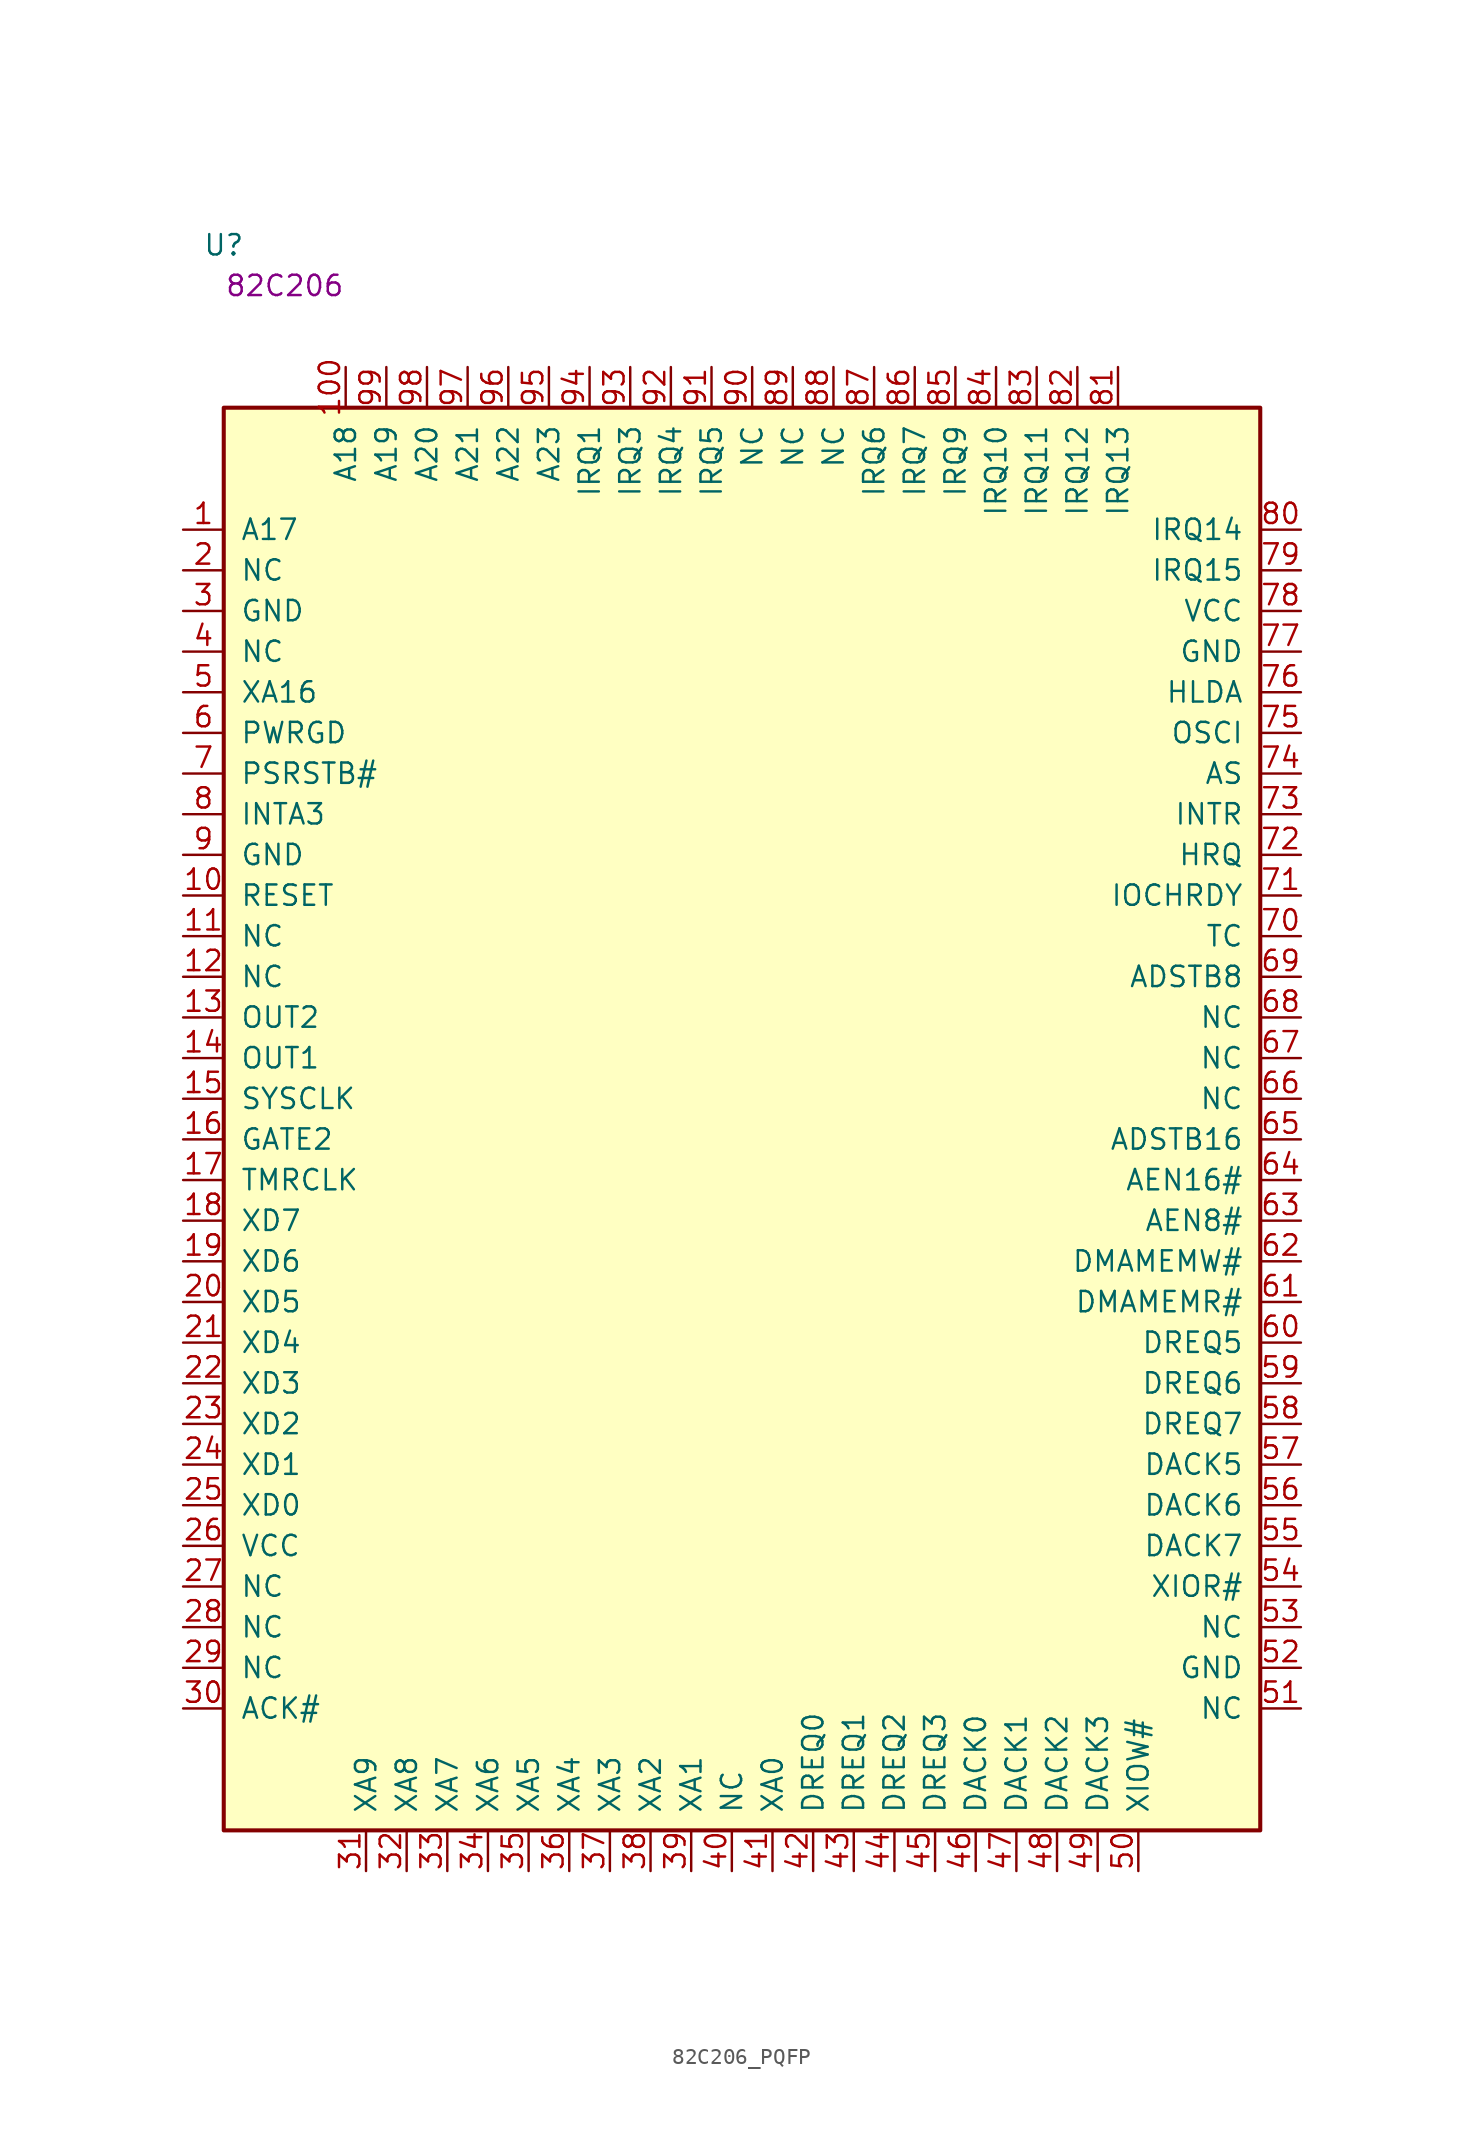
<source format=kicad_sym>
(kicad_symbol_lib
  (version 20211014)
  (generator kicad_symbol_editor)
  (symbol "82C206_PQFP"
    (pin_names
      (offset 1.016))
    (property "Reference" "U"
      (at -33.02 53.34 0)
      (effects (font (size 1.27 1.27))))
    (property "Comment" "82C206"
      (at -29.21 50.8 0)
      (effects (font (size 1.27 1.27))))
    (symbol "82C206_PQFP_0_1"
      (rectangle (start -33.02 43.18) (end 31.75 -45.72) (stroke (width 0.254) (type default) (color 0 0 0 0)) (fill (type background))))
    (symbol "82C206_PQFP_1_1"
      (pin passive line (at -35.56 35.56 0) (length 2.54) (name "A17" (effects (font (size 1.27 1.27)))) (number "1" (effects (font (size 1.27 1.27)))))
      (pin passive line (at -35.56 12.7 0) (length 2.54) (name "RESET" (effects (font (size 1.27 1.27)))) (number "10" (effects (font (size 1.27 1.27)))))
      (pin output line (at -25.4 45.72 270) (length 2.54) (name "A18" (effects (font (size 1.27 1.27)))) (number "100" (effects (font (size 1.27 1.27)))))
      (pin passive line (at -35.56 10.16 0) (length 2.54) (name "NC" (effects (font (size 1.27 1.27)))) (number "11" (effects (font (size 1.27 1.27)))))
      (pin passive line (at -35.56 7.62 0) (length 2.54) (name "NC" (effects (font (size 1.27 1.27)))) (number "12" (effects (font (size 1.27 1.27)))))
      (pin passive line (at -35.56 5.08 0) (length 2.54) (name "OUT2" (effects (font (size 1.27 1.27)))) (number "13" (effects (font (size 1.27 1.27)))))
      (pin passive line (at -35.56 2.54 0) (length 2.54) (name "OUT1" (effects (font (size 1.27 1.27)))) (number "14" (effects (font (size 1.27 1.27)))))
      (pin input line (at -35.56 0 0) (length 2.54) (name "SYSCLK" (effects (font (size 1.27 1.27)))) (number "15" (effects (font (size 1.27 1.27)))))
      (pin input line (at -35.56 -2.54 0) (length 2.54) (name "GATE2" (effects (font (size 1.27 1.27)))) (number "16" (effects (font (size 1.27 1.27)))))
      (pin input line (at -35.56 -5.08 0) (length 2.54) (name "TMRCLK" (effects (font (size 1.27 1.27)))) (number "17" (effects (font (size 1.27 1.27)))))
      (pin bidirectional line (at -35.56 -7.62 0) (length 2.54) (name "XD7" (effects (font (size 1.27 1.27)))) (number "18" (effects (font (size 1.27 1.27)))))
      (pin bidirectional line (at -35.56 -10.16 0) (length 2.54) (name "XD6" (effects (font (size 1.27 1.27)))) (number "19" (effects (font (size 1.27 1.27)))))
      (pin passive line (at -35.56 33.02 0) (length 2.54) (name "NC" (effects (font (size 1.27 1.27)))) (number "2" (effects (font (size 1.27 1.27)))))
      (pin bidirectional line (at -35.56 -12.7 0) (length 2.54) (name "XD5" (effects (font (size 1.27 1.27)))) (number "20" (effects (font (size 1.27 1.27)))))
      (pin bidirectional line (at -35.56 -15.24 0) (length 2.54) (name "XD4" (effects (font (size 1.27 1.27)))) (number "21" (effects (font (size 1.27 1.27)))))
      (pin bidirectional line (at -35.56 -17.78 0) (length 2.54) (name "XD3" (effects (font (size 1.27 1.27)))) (number "22" (effects (font (size 1.27 1.27)))))
      (pin bidirectional line (at -35.56 -20.32 0) (length 2.54) (name "XD2" (effects (font (size 1.27 1.27)))) (number "23" (effects (font (size 1.27 1.27)))))
      (pin bidirectional line (at -35.56 -22.86 0) (length 2.54) (name "XD1" (effects (font (size 1.27 1.27)))) (number "24" (effects (font (size 1.27 1.27)))))
      (pin bidirectional line (at -35.56 -25.4 0) (length 2.54) (name "XD0" (effects (font (size 1.27 1.27)))) (number "25" (effects (font (size 1.27 1.27)))))
      (pin power_in line (at -35.56 -27.94 0) (length 2.54) (name "VCC" (effects (font (size 1.27 1.27)))) (number "26" (effects (font (size 1.27 1.27)))))
      (pin passive line (at -35.56 -30.48 0) (length 2.54) (name "NC" (effects (font (size 1.27 1.27)))) (number "27" (effects (font (size 1.27 1.27)))))
      (pin input line (at -35.56 -33.02 0) (length 2.54) (name "NC" (effects (font (size 1.27 1.27)))) (number "28" (effects (font (size 1.27 1.27)))))
      (pin passive line (at -35.56 -35.56 0) (length 2.54) (name "NC" (effects (font (size 1.27 1.27)))) (number "29" (effects (font (size 1.27 1.27)))))
      (pin power_in line (at -35.56 30.48 0) (length 2.54) (name "GND" (effects (font (size 1.27 1.27)))) (number "3" (effects (font (size 1.27 1.27)))))
      (pin passive line (at -35.56 -38.1 0) (length 2.54) (name "ACK#" (effects (font (size 1.27 1.27)))) (number "30" (effects (font (size 1.27 1.27)))))
      (pin bidirectional line (at -24.13 -48.26 90) (length 2.54) (name "XA9" (effects (font (size 1.27 1.27)))) (number "31" (effects (font (size 1.27 1.27)))))
      (pin bidirectional line (at -21.59 -48.26 90) (length 2.54) (name "XA8" (effects (font (size 1.27 1.27)))) (number "32" (effects (font (size 1.27 1.27)))))
      (pin bidirectional line (at -19.05 -48.26 90) (length 2.54) (name "XA7" (effects (font (size 1.27 1.27)))) (number "33" (effects (font (size 1.27 1.27)))))
      (pin bidirectional line (at -16.51 -48.26 90) (length 2.54) (name "XA6" (effects (font (size 1.27 1.27)))) (number "34" (effects (font (size 1.27 1.27)))))
      (pin bidirectional line (at -13.97 -48.26 90) (length 2.54) (name "XA5" (effects (font (size 1.27 1.27)))) (number "35" (effects (font (size 1.27 1.27)))))
      (pin bidirectional line (at -11.43 -48.26 90) (length 2.54) (name "XA4" (effects (font (size 1.27 1.27)))) (number "36" (effects (font (size 1.27 1.27)))))
      (pin passive line (at -8.89 -48.26 90) (length 2.54) (name "XA3" (effects (font (size 1.27 1.27)))) (number "37" (effects (font (size 1.27 1.27)))))
      (pin bidirectional line (at -6.35 -48.26 90) (length 2.54) (name "XA2" (effects (font (size 1.27 1.27)))) (number "38" (effects (font (size 1.27 1.27)))))
      (pin bidirectional line (at -3.81 -48.26 90) (length 2.54) (name "XA1" (effects (font (size 1.27 1.27)))) (number "39" (effects (font (size 1.27 1.27)))))
      (pin passive line (at -35.56 27.94 0) (length 2.54) (name "NC" (effects (font (size 1.27 1.27)))) (number "4" (effects (font (size 1.27 1.27)))))
      (pin passive line (at -1.27 -48.26 90) (length 2.54) (name "NC" (effects (font (size 1.27 1.27)))) (number "40" (effects (font (size 1.27 1.27)))))
      (pin bidirectional line (at 1.27 -48.26 90) (length 2.54) (name "XA0" (effects (font (size 1.27 1.27)))) (number "41" (effects (font (size 1.27 1.27)))))
      (pin input line (at 3.81 -48.26 90) (length 2.54) (name "DREQ0" (effects (font (size 1.27 1.27)))) (number "42" (effects (font (size 1.27 1.27)))))
      (pin input line (at 6.35 -48.26 90) (length 2.54) (name "DREQ1" (effects (font (size 1.27 1.27)))) (number "43" (effects (font (size 1.27 1.27)))))
      (pin input line (at 8.89 -48.26 90) (length 2.54) (name "DREQ2" (effects (font (size 1.27 1.27)))) (number "44" (effects (font (size 1.27 1.27)))))
      (pin input line (at 11.43 -48.26 90) (length 2.54) (name "DREQ3" (effects (font (size 1.27 1.27)))) (number "45" (effects (font (size 1.27 1.27)))))
      (pin output line (at 13.97 -48.26 90) (length 2.54) (name "DACK0" (effects (font (size 1.27 1.27)))) (number "46" (effects (font (size 1.27 1.27)))))
      (pin output line (at 16.51 -48.26 90) (length 2.54) (name "DACK1" (effects (font (size 1.27 1.27)))) (number "47" (effects (font (size 1.27 1.27)))))
      (pin output line (at 19.05 -48.26 90) (length 2.54) (name "DACK2" (effects (font (size 1.27 1.27)))) (number "48" (effects (font (size 1.27 1.27)))))
      (pin output line (at 21.59 -48.26 90) (length 2.54) (name "DACK3" (effects (font (size 1.27 1.27)))) (number "49" (effects (font (size 1.27 1.27)))))
      (pin passive line (at -35.56 25.4 0) (length 2.54) (name "XA16" (effects (font (size 1.27 1.27)))) (number "5" (effects (font (size 1.27 1.27)))))
      (pin bidirectional line (at 24.13 -48.26 90) (length 2.54) (name "XIOW#" (effects (font (size 1.27 1.27)))) (number "50" (effects (font (size 1.27 1.27)))))
      (pin passive line (at 34.29 -38.1 180) (length 2.54) (name "NC" (effects (font (size 1.27 1.27)))) (number "51" (effects (font (size 1.27 1.27)))))
      (pin power_in line (at 34.29 -35.56 180) (length 2.54) (name "GND" (effects (font (size 1.27 1.27)))) (number "52" (effects (font (size 1.27 1.27)))))
      (pin passive line (at 34.29 -33.02 180) (length 2.54) (name "NC" (effects (font (size 1.27 1.27)))) (number "53" (effects (font (size 1.27 1.27)))))
      (pin bidirectional line (at 34.29 -30.48 180) (length 2.54) (name "XIOR#" (effects (font (size 1.27 1.27)))) (number "54" (effects (font (size 1.27 1.27)))))
      (pin output line (at 34.29 -27.94 180) (length 2.54) (name "DACK7" (effects (font (size 1.27 1.27)))) (number "55" (effects (font (size 1.27 1.27)))))
      (pin output line (at 34.29 -25.4 180) (length 2.54) (name "DACK6" (effects (font (size 1.27 1.27)))) (number "56" (effects (font (size 1.27 1.27)))))
      (pin output line (at 34.29 -22.86 180) (length 2.54) (name "DACK5" (effects (font (size 1.27 1.27)))) (number "57" (effects (font (size 1.27 1.27)))))
      (pin input line (at 34.29 -20.32 180) (length 2.54) (name "DREQ7" (effects (font (size 1.27 1.27)))) (number "58" (effects (font (size 1.27 1.27)))))
      (pin input line (at 34.29 -17.78 180) (length 2.54) (name "DREQ6" (effects (font (size 1.27 1.27)))) (number "59" (effects (font (size 1.27 1.27)))))
      (pin input line (at -35.56 22.86 0) (length 2.54) (name "PWRGD" (effects (font (size 1.27 1.27)))) (number "6" (effects (font (size 1.27 1.27)))))
      (pin input line (at 34.29 -15.24 180) (length 2.54) (name "DREQ5" (effects (font (size 1.27 1.27)))) (number "60" (effects (font (size 1.27 1.27)))))
      (pin output line (at 34.29 -12.7 180) (length 2.54) (name "DMAMEMR#" (effects (font (size 1.27 1.27)))) (number "61" (effects (font (size 1.27 1.27)))))
      (pin output line (at 34.29 -10.16 180) (length 2.54) (name "DMAMEMW#" (effects (font (size 1.27 1.27)))) (number "62" (effects (font (size 1.27 1.27)))))
      (pin output line (at 34.29 -7.62 180) (length 2.54) (name "AEN8#" (effects (font (size 1.27 1.27)))) (number "63" (effects (font (size 1.27 1.27)))))
      (pin output line (at 34.29 -5.08 180) (length 2.54) (name "AEN16#" (effects (font (size 1.27 1.27)))) (number "64" (effects (font (size 1.27 1.27)))))
      (pin output line (at 34.29 -2.54 180) (length 2.54) (name "ADSTB16" (effects (font (size 1.27 1.27)))) (number "65" (effects (font (size 1.27 1.27)))))
      (pin passive line (at 34.29 0 180) (length 2.54) (name "NC" (effects (font (size 1.27 1.27)))) (number "66" (effects (font (size 1.27 1.27)))))
      (pin passive line (at 34.29 2.54 180) (length 2.54) (name "NC" (effects (font (size 1.27 1.27)))) (number "67" (effects (font (size 1.27 1.27)))))
      (pin passive line (at 34.29 5.08 180) (length 2.54) (name "NC" (effects (font (size 1.27 1.27)))) (number "68" (effects (font (size 1.27 1.27)))))
      (pin output line (at 34.29 7.62 180) (length 2.54) (name "ADSTB8" (effects (font (size 1.27 1.27)))) (number "69" (effects (font (size 1.27 1.27)))))
      (pin passive line (at -35.56 20.32 0) (length 2.54) (name "PSRSTB#" (effects (font (size 1.27 1.27)))) (number "7" (effects (font (size 1.27 1.27)))))
      (pin output line (at 34.29 10.16 180) (length 2.54) (name "TC" (effects (font (size 1.27 1.27)))) (number "70" (effects (font (size 1.27 1.27)))))
      (pin bidirectional line (at 34.29 12.7 180) (length 2.54) (name "IOCHRDY" (effects (font (size 1.27 1.27)))) (number "71" (effects (font (size 1.27 1.27)))))
      (pin output line (at 34.29 15.24 180) (length 2.54) (name "HRQ" (effects (font (size 1.27 1.27)))) (number "72" (effects (font (size 1.27 1.27)))))
      (pin output line (at 34.29 17.78 180) (length 2.54) (name "INTR" (effects (font (size 1.27 1.27)))) (number "73" (effects (font (size 1.27 1.27)))))
      (pin input line (at 34.29 20.32 180) (length 2.54) (name "AS" (effects (font (size 1.27 1.27)))) (number "74" (effects (font (size 1.27 1.27)))))
      (pin input line (at 34.29 22.86 180) (length 2.54) (name "OSCI" (effects (font (size 1.27 1.27)))) (number "75" (effects (font (size 1.27 1.27)))))
      (pin input line (at 34.29 25.4 180) (length 2.54) (name "HLDA" (effects (font (size 1.27 1.27)))) (number "76" (effects (font (size 1.27 1.27)))))
      (pin power_in line (at 34.29 27.94 180) (length 2.54) (name "GND" (effects (font (size 1.27 1.27)))) (number "77" (effects (font (size 1.27 1.27)))))
      (pin power_in line (at 34.29 30.48 180) (length 2.54) (name "VCC" (effects (font (size 1.27 1.27)))) (number "78" (effects (font (size 1.27 1.27)))))
      (pin input line (at 34.29 33.02 180) (length 2.54) (name "IRQ15" (effects (font (size 1.27 1.27)))) (number "79" (effects (font (size 1.27 1.27)))))
      (pin passive line (at -35.56 17.78 0) (length 2.54) (name "INTA3" (effects (font (size 1.27 1.27)))) (number "8" (effects (font (size 1.27 1.27)))))
      (pin input line (at 34.29 35.56 180) (length 2.54) (name "IRQ14" (effects (font (size 1.27 1.27)))) (number "80" (effects (font (size 1.27 1.27)))))
      (pin input line (at 22.86 45.72 270) (length 2.54) (name "IRQ13" (effects (font (size 1.27 1.27)))) (number "81" (effects (font (size 1.27 1.27)))))
      (pin input line (at 20.32 45.72 270) (length 2.54) (name "IRQ12" (effects (font (size 1.27 1.27)))) (number "82" (effects (font (size 1.27 1.27)))))
      (pin input line (at 17.78 45.72 270) (length 2.54) (name "IRQ11" (effects (font (size 1.27 1.27)))) (number "83" (effects (font (size 1.27 1.27)))))
      (pin input line (at 15.24 45.72 270) (length 2.54) (name "IRQ10" (effects (font (size 1.27 1.27)))) (number "84" (effects (font (size 1.27 1.27)))))
      (pin input line (at 12.7 45.72 270) (length 2.54) (name "IRQ9" (effects (font (size 1.27 1.27)))) (number "85" (effects (font (size 1.27 1.27)))))
      (pin input line (at 10.16 45.72 270) (length 2.54) (name "IRQ7" (effects (font (size 1.27 1.27)))) (number "86" (effects (font (size 1.27 1.27)))))
      (pin input line (at 7.62 45.72 270) (length 2.54) (name "IRQ6" (effects (font (size 1.27 1.27)))) (number "87" (effects (font (size 1.27 1.27)))))
      (pin passive line (at 5.08 45.72 270) (length 2.54) (name "NC" (effects (font (size 1.27 1.27)))) (number "88" (effects (font (size 1.27 1.27)))))
      (pin passive line (at 2.54 45.72 270) (length 2.54) (name "NC" (effects (font (size 1.27 1.27)))) (number "89" (effects (font (size 1.27 1.27)))))
      (pin power_in line (at -35.56 15.24 0) (length 2.54) (name "GND" (effects (font (size 1.27 1.27)))) (number "9" (effects (font (size 1.27 1.27)))))
      (pin passive line (at 0 45.72 270) (length 2.54) (name "NC" (effects (font (size 1.27 1.27)))) (number "90" (effects (font (size 1.27 1.27)))))
      (pin input line (at -2.54 45.72 270) (length 2.54) (name "IRQ5" (effects (font (size 1.27 1.27)))) (number "91" (effects (font (size 1.27 1.27)))))
      (pin input line (at -5.08 45.72 270) (length 2.54) (name "IRQ4" (effects (font (size 1.27 1.27)))) (number "92" (effects (font (size 1.27 1.27)))))
      (pin input line (at -7.62 45.72 270) (length 2.54) (name "IRQ3" (effects (font (size 1.27 1.27)))) (number "93" (effects (font (size 1.27 1.27)))))
      (pin input line (at -10.16 45.72 270) (length 2.54) (name "IRQ1" (effects (font (size 1.27 1.27)))) (number "94" (effects (font (size 1.27 1.27)))))
      (pin output line (at -12.7 45.72 270) (length 2.54) (name "A23" (effects (font (size 1.27 1.27)))) (number "95" (effects (font (size 1.27 1.27)))))
      (pin output line (at -15.24 45.72 270) (length 2.54) (name "A22" (effects (font (size 1.27 1.27)))) (number "96" (effects (font (size 1.27 1.27)))))
      (pin output line (at -17.78 45.72 270) (length 2.54) (name "A21" (effects (font (size 1.27 1.27)))) (number "97" (effects (font (size 1.27 1.27)))))
      (pin output line (at -20.32 45.72 270) (length 2.54) (name "A20" (effects (font (size 1.27 1.27)))) (number "98" (effects (font (size 1.27 1.27)))))
      (pin output line (at -22.86 45.72 270) (length 2.54) (name "A19" (effects (font (size 1.27 1.27)))) (number "99" (effects (font (size 1.27 1.27))))))))
</source>
